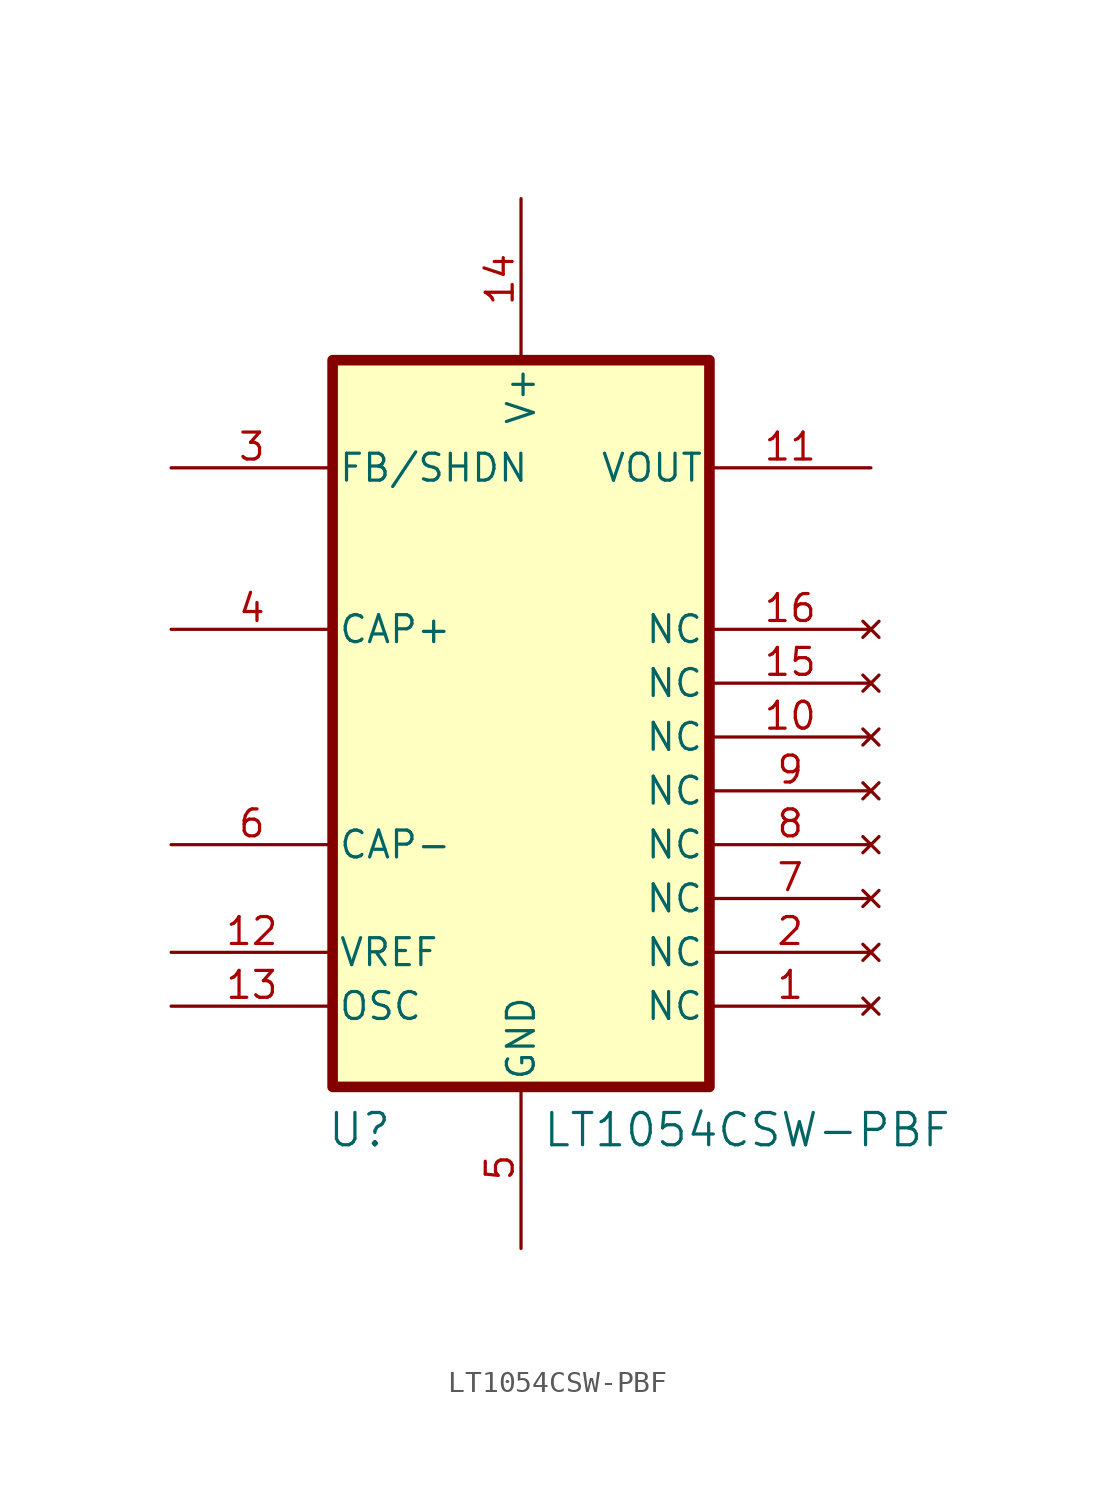
<source format=kicad_sym>
(kicad_symbol_lib
  (version 20231120)
  (generator "kicad_symbol_editor")
  (generator_version "8.0")
  (symbol "LT1054CSW-PBF"
    (pin_names
      (offset 0.254))
    (property "Reference" "U"
      (at 76.2 -31.242 0)
      (effects (font (size 1.524 1.524))))
    (property "Value" "LT1054CSW-PBF"
      (at 94.488 -31.242 0)
      (effects (font (size 1.524 1.524))))
    (property "ki_locked" ""
      (at 0 0 0)
      (effects (font (size 1.27 1.27))))
    (symbol "LT1054CSW-PBF_0_1"
      (pin no_connect line (at 100.33 -25.4 180) (length 7.62) (name "NC" (effects (font (size 1.27 1.27)))) (number "1" (effects (font (size 1.27 1.27)))))
      (pin no_connect line (at 100.33 -12.7 180) (length 7.62) (name "NC" (effects (font (size 1.27 1.27)))) (number "10" (effects (font (size 1.27 1.27)))))
      (pin output line (at 100.33 0 180) (length 7.62) (name "VOUT" (effects (font (size 1.27 1.27)))) (number "11" (effects (font (size 1.27 1.27)))))
      (pin power_in line (at 67.31 -22.86 0) (length 7.62) (name "VREF" (effects (font (size 1.27 1.27)))) (number "12" (effects (font (size 1.27 1.27)))))
      (pin unspecified line (at 67.31 -25.4 0) (length 7.62) (name "OSC" (effects (font (size 1.27 1.27)))) (number "13" (effects (font (size 1.27 1.27)))))
      (pin power_in line (at 83.82 12.7 270) (length 7.62) (name "V+" (effects (font (size 1.27 1.27)))) (number "14" (effects (font (size 1.27 1.27)))))
      (pin no_connect line (at 100.33 -10.16 180) (length 7.62) (name "NC" (effects (font (size 1.27 1.27)))) (number "15" (effects (font (size 1.27 1.27)))))
      (pin no_connect line (at 100.33 -7.62 180) (length 7.62) (name "NC" (effects (font (size 1.27 1.27)))) (number "16" (effects (font (size 1.27 1.27)))))
      (pin no_connect line (at 100.33 -22.86 180) (length 7.62) (name "NC" (effects (font (size 1.27 1.27)))) (number "2" (effects (font (size 1.27 1.27)))))
      (pin unspecified line (at 67.31 0 0) (length 7.62) (name "FB/SHDN" (effects (font (size 1.27 1.27)))) (number "3" (effects (font (size 1.27 1.27)))))
      (pin unspecified line (at 67.31 -7.62 0) (length 7.62) (name "CAP+" (effects (font (size 1.27 1.27)))) (number "4" (effects (font (size 1.27 1.27)))))
      (pin power_in line (at 83.82 -36.83 90) (length 7.62) (name "GND" (effects (font (size 1.27 1.27)))) (number "5" (effects (font (size 1.27 1.27)))))
      (pin unspecified line (at 67.31 -17.78 0) (length 7.62) (name "CAP-" (effects (font (size 1.27 1.27)))) (number "6" (effects (font (size 1.27 1.27)))))
      (pin no_connect line (at 100.33 -20.32 180) (length 7.62) (name "NC" (effects (font (size 1.27 1.27)))) (number "7" (effects (font (size 1.27 1.27)))))
      (pin no_connect line (at 100.33 -17.78 180) (length 7.62) (name "NC" (effects (font (size 1.27 1.27)))) (number "8" (effects (font (size 1.27 1.27)))))
      (pin no_connect line (at 100.33 -15.24 180) (length 7.62) (name "NC" (effects (font (size 1.27 1.27)))) (number "9" (effects (font (size 1.27 1.27))))))
    (symbol "LT1054CSW-PBF_1_1"
      (rectangle (start 74.93 5.08) (end 92.71 -29.21) (stroke (width 0.5) (type default)) (fill (type color) (color 255 255 194 1))))))
</source>
